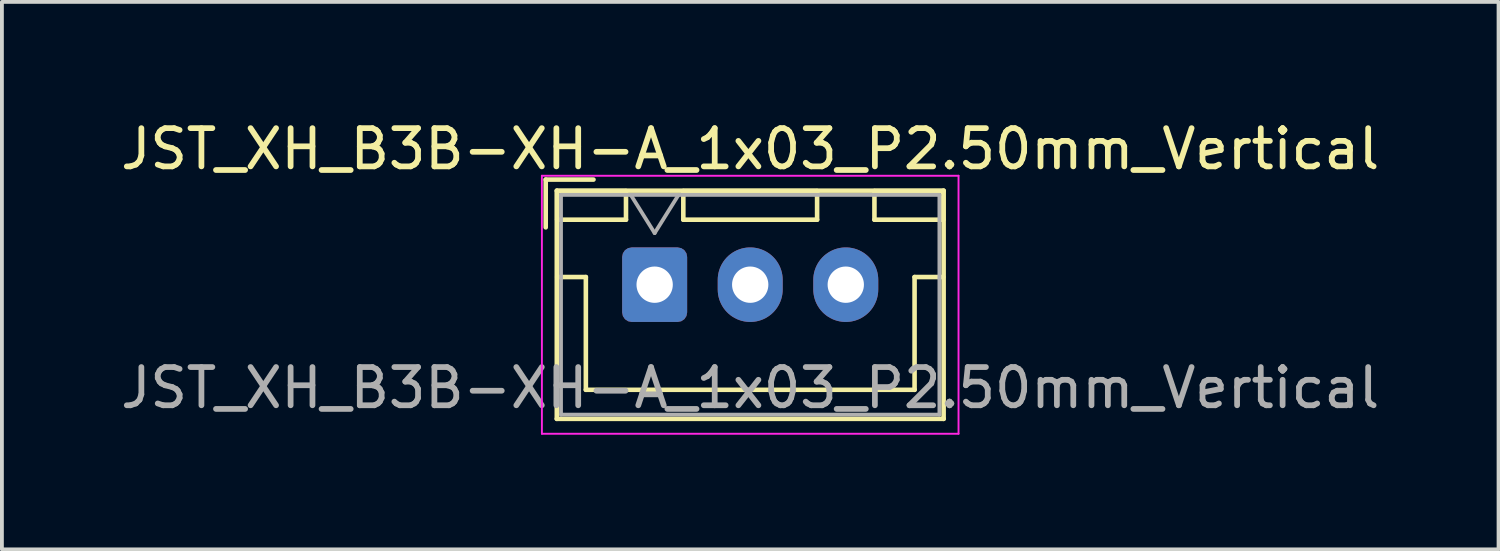
<source format=kicad_pcb>
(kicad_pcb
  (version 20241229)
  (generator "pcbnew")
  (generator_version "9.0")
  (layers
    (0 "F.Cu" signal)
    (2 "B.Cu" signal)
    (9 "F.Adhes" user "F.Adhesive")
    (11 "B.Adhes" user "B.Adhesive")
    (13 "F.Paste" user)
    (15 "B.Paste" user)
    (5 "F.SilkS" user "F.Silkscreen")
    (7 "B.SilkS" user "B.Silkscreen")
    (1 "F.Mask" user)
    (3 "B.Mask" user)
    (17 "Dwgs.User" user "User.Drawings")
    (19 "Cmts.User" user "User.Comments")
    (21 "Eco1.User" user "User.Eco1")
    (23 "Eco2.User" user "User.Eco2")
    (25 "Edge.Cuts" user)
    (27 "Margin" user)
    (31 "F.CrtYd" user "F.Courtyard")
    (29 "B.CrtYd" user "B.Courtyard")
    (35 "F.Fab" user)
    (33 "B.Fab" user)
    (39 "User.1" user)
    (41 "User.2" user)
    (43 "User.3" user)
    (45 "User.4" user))
  (footprint "JST_XH_B3B-XH-A_1x03_P2.50mm_Vertical"
    (layer "F.Cu")
    (at 14.077 4.398)
    (property "Reference" "JST_XH_B3B-XH-A_1x03_P2.50mm_Vertical" (at 2.5 -3.55 0) (layer "F.SilkS") (effects (font (size 1 1) (thickness 0.15))))
    (attr through_hole)
    (fp_line (start -2.85 -2.75) (end -2.85 -1.5) (stroke (width 0.12) (type solid)) (layer "F.SilkS"))
    (fp_line (start -2.56 -2.46) (end -2.56 3.51) (stroke (width 0.12) (type solid)) (layer "F.SilkS"))
    (fp_line (start -2.56 3.51) (end 7.56 3.51) (stroke (width 0.12) (type solid)) (layer "F.SilkS"))
    (fp_line (start -2.55 -2.45) (end -2.55 -1.7) (stroke (width 0.12) (type solid)) (layer "F.SilkS"))
    (fp_line (start -2.55 -1.7) (end -0.75 -1.7) (stroke (width 0.12) (type solid)) (layer "F.SilkS"))
    (fp_line (start -2.55 -0.2) (end -1.8 -0.2) (stroke (width 0.12) (type solid)) (layer "F.SilkS"))
    (fp_line (start -1.8 -0.2) (end -1.8 2.75) (stroke (width 0.12) (type solid)) (layer "F.SilkS"))
    (fp_line (start -1.8 2.75) (end 2.5 2.75) (stroke (width 0.12) (type solid)) (layer "F.SilkS"))
    (fp_line (start -1.6 -2.75) (end -2.85 -2.75) (stroke (width 0.12) (type solid)) (layer "F.SilkS"))
    (fp_line (start -0.75 -2.45) (end -2.55 -2.45) (stroke (width 0.12) (type solid)) (layer "F.SilkS"))
    (fp_line (start -0.75 -1.7) (end -0.75 -2.45) (stroke (width 0.12) (type solid)) (layer "F.SilkS"))
    (fp_line (start 0.75 -2.45) (end 0.75 -1.7) (stroke (width 0.12) (type solid)) (layer "F.SilkS"))
    (fp_line (start 0.75 -1.7) (end 4.25 -1.7) (stroke (width 0.12) (type solid)) (layer "F.SilkS"))
    (fp_line (start 4.25 -2.45) (end 0.75 -2.45) (stroke (width 0.12) (type solid)) (layer "F.SilkS"))
    (fp_line (start 4.25 -1.7) (end 4.25 -2.45) (stroke (width 0.12) (type solid)) (layer "F.SilkS"))
    (fp_line (start 5.75 -2.45) (end 5.75 -1.7) (stroke (width 0.12) (type solid)) (layer "F.SilkS"))
    (fp_line (start 5.75 -1.7) (end 7.55 -1.7) (stroke (width 0.12) (type solid)) (layer "F.SilkS"))
    (fp_line (start 6.8 -0.2) (end 6.8 2.75) (stroke (width 0.12) (type solid)) (layer "F.SilkS"))
    (fp_line (start 6.8 2.75) (end 2.5 2.75) (stroke (width 0.12) (type solid)) (layer "F.SilkS"))
    (fp_line (start 7.55 -2.45) (end 5.75 -2.45) (stroke (width 0.12) (type solid)) (layer "F.SilkS"))
    (fp_line (start 7.55 -1.7) (end 7.55 -2.45) (stroke (width 0.12) (type solid)) (layer "F.SilkS"))
    (fp_line (start 7.55 -0.2) (end 6.8 -0.2) (stroke (width 0.12) (type solid)) (layer "F.SilkS"))
    (fp_line (start 7.56 -2.46) (end -2.56 -2.46) (stroke (width 0.12) (type solid)) (layer "F.SilkS"))
    (fp_line (start 7.56 3.51) (end 7.56 -2.46) (stroke (width 0.12) (type solid)) (layer "F.SilkS"))
    (fp_line (start -2.95 -2.85) (end -2.95 3.9) (stroke (width 0.05) (type solid)) (layer "F.CrtYd"))
    (fp_line (start -2.95 3.9) (end 7.95 3.9) (stroke (width 0.05) (type solid)) (layer "F.CrtYd"))
    (fp_line (start 7.95 -2.85) (end -2.95 -2.85) (stroke (width 0.05) (type solid)) (layer "F.CrtYd"))
    (fp_line (start 7.95 3.9) (end 7.95 -2.85) (stroke (width 0.05) (type solid)) (layer "F.CrtYd"))
    (fp_line (start -2.45 -2.35) (end -2.45 3.4) (stroke (width 0.1) (type solid)) (layer "F.Fab"))
    (fp_line (start -2.45 3.4) (end 7.45 3.4) (stroke (width 0.1) (type solid)) (layer "F.Fab"))
    (fp_line (start -0.625 -2.35) (end 0 -1.35) (stroke (width 0.1) (type solid)) (layer "F.Fab"))
    (fp_line (start 0 -1.35) (end 0.625 -2.35) (stroke (width 0.1) (type solid)) (layer "F.Fab"))
    (fp_line (start 7.45 -2.35) (end -2.45 -2.35) (stroke (width 0.1) (type solid)) (layer "F.Fab"))
    (fp_line (start 7.45 3.4) (end 7.45 -2.35) (stroke (width 0.1) (type solid)) (layer "F.Fab"))
    (fp_text user "${REFERENCE}" (at 2.5 2.7 0) (layer "F.Fab") (effects (font (size 1 1) (thickness 0.15))))
    (pad "1" thru_hole roundrect (at 0 0) (size 1.7 1.95) (drill 0.95) (layers "*.Cu" "*.Mask") (roundrect_rratio 0.147))
    (pad "2" thru_hole oval (at 2.5 0) (size 1.7 1.95) (drill 0.95) (layers "*.Cu" "*.Mask"))
    (pad "3" thru_hole oval (at 5 0) (size 1.7 1.95) (drill 0.95) (layers "*.Cu" "*.Mask")))
  (gr_rect
    (start -3 -3)
    (end 36.155 11.323)
    (stroke (width 0.1) (type default))
    (fill no)
    (layer "Edge.Cuts")))
</source>
